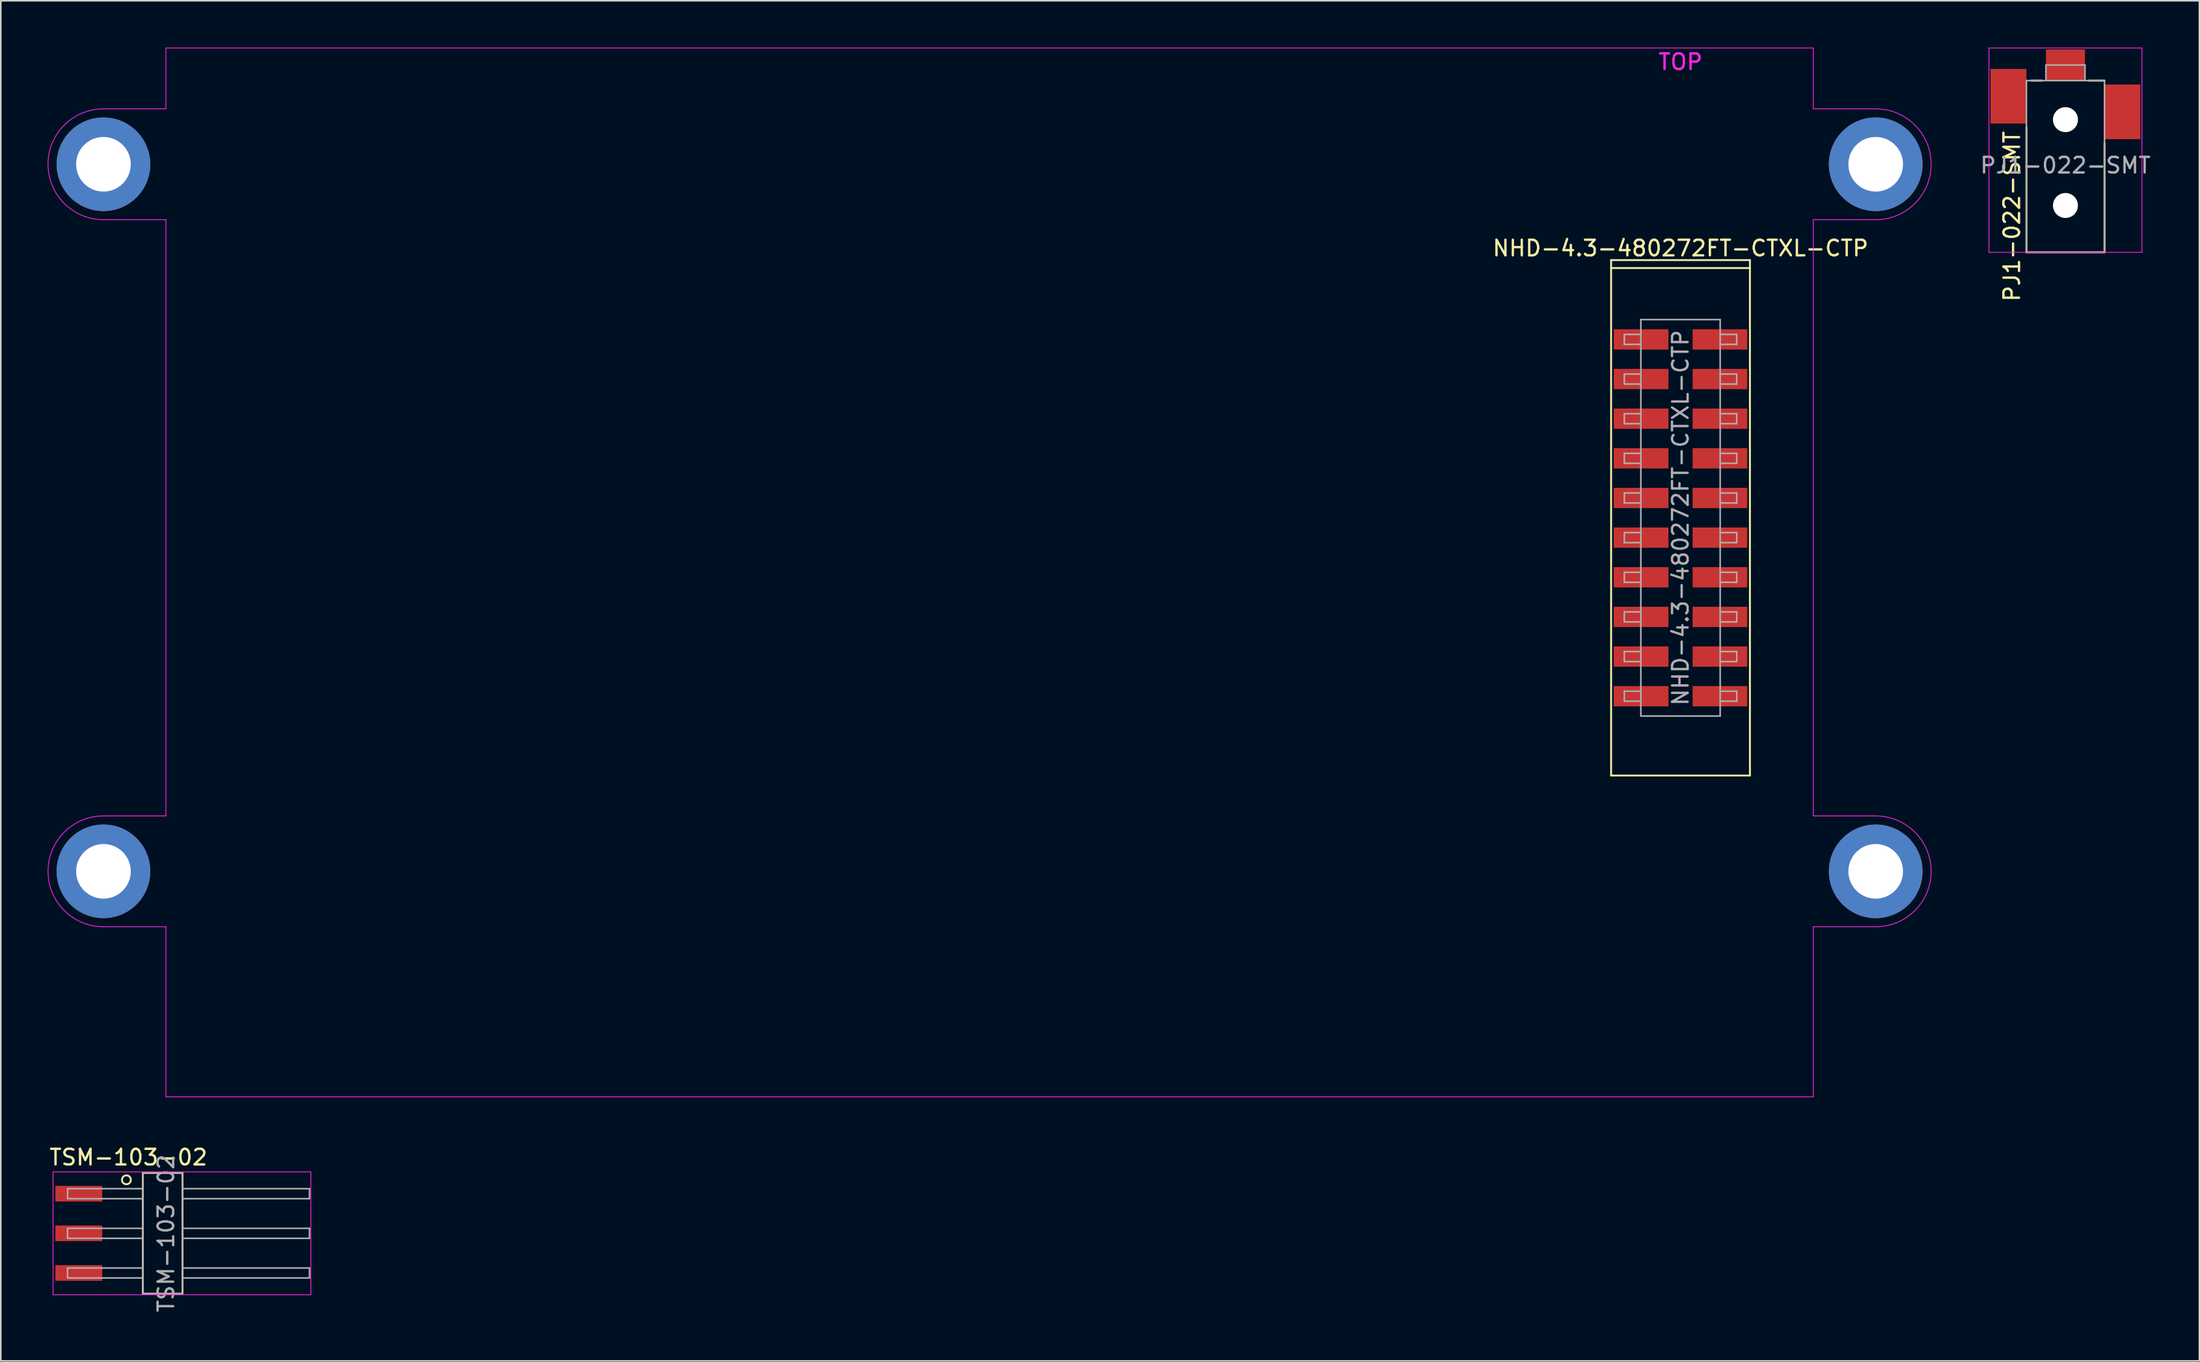
<source format=kicad_pcb>
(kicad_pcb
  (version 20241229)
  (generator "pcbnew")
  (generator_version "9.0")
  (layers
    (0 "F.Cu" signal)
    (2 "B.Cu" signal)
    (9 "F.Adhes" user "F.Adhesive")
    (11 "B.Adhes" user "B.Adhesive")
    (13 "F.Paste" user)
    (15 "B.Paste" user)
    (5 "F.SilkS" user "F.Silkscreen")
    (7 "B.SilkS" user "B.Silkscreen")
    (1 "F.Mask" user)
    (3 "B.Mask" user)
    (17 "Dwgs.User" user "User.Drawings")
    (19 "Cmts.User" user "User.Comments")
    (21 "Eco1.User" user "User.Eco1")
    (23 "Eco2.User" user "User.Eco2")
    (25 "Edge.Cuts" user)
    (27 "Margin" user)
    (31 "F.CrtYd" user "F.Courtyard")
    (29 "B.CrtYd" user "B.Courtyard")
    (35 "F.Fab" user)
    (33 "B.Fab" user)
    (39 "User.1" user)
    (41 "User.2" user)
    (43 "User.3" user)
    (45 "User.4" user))
  (footprint "NHD-4.3-480272FT-CTXL-CTP"
    (layer "F.Cu")
    (at 104.575 30.125)
    (property "Reference" "NHD-4.3-480272FT-CTXL-CTP" (at 0 -17.272 0) (layer "F.SilkS") (effects (font (size 1 1) (thickness 0.15))))
    (attr smd)
    (fp_line (start -4.445 -16.51) (end -4.445 16.51) (stroke (width 0.12) (type solid)) (layer "F.SilkS"))
    (fp_line (start -4.445 -16.51) (end 4.445 -16.51) (stroke (width 0.12) (type solid)) (layer "F.SilkS"))
    (fp_line (start -4.445 -16.002) (end 4.445 -16.002) (stroke (width 0.12) (type solid)) (layer "F.SilkS"))
    (fp_line (start -4.445 16.51) (end 4.445 16.51) (stroke (width 0.12) (type solid)) (layer "F.SilkS"))
    (fp_line (start 4.445 -16.51) (end 4.445 16.51) (stroke (width 0.12) (type solid)) (layer "F.SilkS"))
    (fp_line (start -101 -26.2) (end -97 -26.2) (stroke (width 0.05) (type solid)) (layer "F.CrtYd"))
    (fp_line (start -101 -19.1) (end -97 -19.1) (stroke (width 0.05) (type solid)) (layer "F.CrtYd"))
    (fp_line (start -101 19.1) (end -97 19.1) (stroke (width 0.05) (type solid)) (layer "F.CrtYd"))
    (fp_line (start -101 26.2) (end -97 26.2) (stroke (width 0.05) (type solid)) (layer "F.CrtYd"))
    (fp_line (start -97 -26.2) (end -97 -30.1) (stroke (width 0.05) (type solid)) (layer "F.CrtYd"))
    (fp_line (start -97 -19.1) (end -97 19.1) (stroke (width 0.05) (type solid)) (layer "F.CrtYd"))
    (fp_line (start -97 26.2) (end -97 37.1) (stroke (width 0.05) (type solid)) (layer "F.CrtYd"))
    (fp_line (start 8.5 -30.1) (end -97 -30.1) (stroke (width 0.05) (type solid)) (layer "F.CrtYd"))
    (fp_line (start 8.5 -26.2) (end 8.5 -30.1) (stroke (width 0.05) (type solid)) (layer "F.CrtYd"))
    (fp_line (start 8.5 19.1) (end 8.5 -19.1) (stroke (width 0.05) (type solid)) (layer "F.CrtYd"))
    (fp_line (start 8.5 26.2) (end 8.5 37.1) (stroke (width 0.05) (type solid)) (layer "F.CrtYd"))
    (fp_line (start 8.5 37.1) (end -97 37.1) (stroke (width 0.05) (type solid)) (layer "F.CrtYd"))
    (fp_line (start 12.5 -26.2) (end 8.5 -26.2) (stroke (width 0.05) (type solid)) (layer "F.CrtYd"))
    (fp_line (start 12.5 -19.1) (end 8.5 -19.1) (stroke (width 0.05) (type solid)) (layer "F.CrtYd"))
    (fp_line (start 12.5 19.1) (end 8.5 19.1) (stroke (width 0.05) (type solid)) (layer "F.CrtYd"))
    (fp_line (start 12.5 26.2) (end 8.5 26.2) (stroke (width 0.05) (type solid)) (layer "F.CrtYd"))
    (fp_arc (start -101 -19.1) (mid -104.55 -22.65) (end -101 -26.2) (stroke (width 0.05) (type solid)) (layer "F.CrtYd"))
    (fp_arc (start -101 26.2) (mid -104.55 22.65) (end -101 19.1) (stroke (width 0.05) (type solid)) (layer "F.CrtYd"))
    (fp_arc (start 12.5 -26.2) (mid 16.05 -22.65) (end 12.5 -19.1) (stroke (width 0.05) (type solid)) (layer "F.CrtYd"))
    (fp_arc (start 12.5 19.1) (mid 16.05 22.65) (end 12.5 26.2) (stroke (width 0.05) (type solid)) (layer "F.CrtYd"))
    (fp_line (start -3.6 -11.75) (end -3.6 -11.11) (stroke (width 0.1) (type solid)) (layer "F.Fab"))
    (fp_line (start -3.6 -11.11) (end -2.54 -11.11) (stroke (width 0.1) (type solid)) (layer "F.Fab"))
    (fp_line (start -3.6 -9.21) (end -3.6 -8.57) (stroke (width 0.1) (type solid)) (layer "F.Fab"))
    (fp_line (start -3.6 -8.57) (end -2.54 -8.57) (stroke (width 0.1) (type solid)) (layer "F.Fab"))
    (fp_line (start -3.6 -6.67) (end -3.6 -6.03) (stroke (width 0.1) (type solid)) (layer "F.Fab"))
    (fp_line (start -3.6 -6.03) (end -2.54 -6.03) (stroke (width 0.1) (type solid)) (layer "F.Fab"))
    (fp_line (start -3.6 -4.13) (end -3.6 -3.49) (stroke (width 0.1) (type solid)) (layer "F.Fab"))
    (fp_line (start -3.6 -3.49) (end -2.54 -3.49) (stroke (width 0.1) (type solid)) (layer "F.Fab"))
    (fp_line (start -3.6 -1.59) (end -3.6 -0.95) (stroke (width 0.1) (type solid)) (layer "F.Fab"))
    (fp_line (start -3.6 -0.95) (end -2.54 -0.95) (stroke (width 0.1) (type solid)) (layer "F.Fab"))
    (fp_line (start -3.6 0.95) (end -3.6 1.59) (stroke (width 0.1) (type solid)) (layer "F.Fab"))
    (fp_line (start -3.6 1.59) (end -2.54 1.59) (stroke (width 0.1) (type solid)) (layer "F.Fab"))
    (fp_line (start -3.6 3.49) (end -3.6 4.13) (stroke (width 0.1) (type solid)) (layer "F.Fab"))
    (fp_line (start -3.6 4.13) (end -2.54 4.13) (stroke (width 0.1) (type solid)) (layer "F.Fab"))
    (fp_line (start -3.6 6.03) (end -3.6 6.67) (stroke (width 0.1) (type solid)) (layer "F.Fab"))
    (fp_line (start -3.6 6.67) (end -2.54 6.67) (stroke (width 0.1) (type solid)) (layer "F.Fab"))
    (fp_line (start -3.6 8.57) (end -3.6 9.21) (stroke (width 0.1) (type solid)) (layer "F.Fab"))
    (fp_line (start -3.6 9.21) (end -2.54 9.21) (stroke (width 0.1) (type solid)) (layer "F.Fab"))
    (fp_line (start -3.6 11.11) (end -3.6 11.75) (stroke (width 0.1) (type solid)) (layer "F.Fab"))
    (fp_line (start -3.6 11.75) (end -2.54 11.75) (stroke (width 0.1) (type solid)) (layer "F.Fab"))
    (fp_line (start -2.54 -12.7) (end 2.54 -12.7) (stroke (width 0.1) (type solid)) (layer "F.Fab"))
    (fp_line (start -2.54 -11.75) (end -3.6 -11.75) (stroke (width 0.1) (type solid)) (layer "F.Fab"))
    (fp_line (start -2.54 -9.21) (end -3.6 -9.21) (stroke (width 0.1) (type solid)) (layer "F.Fab"))
    (fp_line (start -2.54 -6.67) (end -3.6 -6.67) (stroke (width 0.1) (type solid)) (layer "F.Fab"))
    (fp_line (start -2.54 -4.13) (end -3.6 -4.13) (stroke (width 0.1) (type solid)) (layer "F.Fab"))
    (fp_line (start -2.54 -1.59) (end -3.6 -1.59) (stroke (width 0.1) (type solid)) (layer "F.Fab"))
    (fp_line (start -2.54 0.95) (end -3.6 0.95) (stroke (width 0.1) (type solid)) (layer "F.Fab"))
    (fp_line (start -2.54 3.49) (end -3.6 3.49) (stroke (width 0.1) (type solid)) (layer "F.Fab"))
    (fp_line (start -2.54 6.03) (end -3.6 6.03) (stroke (width 0.1) (type solid)) (layer "F.Fab"))
    (fp_line (start -2.54 8.57) (end -3.6 8.57) (stroke (width 0.1) (type solid)) (layer "F.Fab"))
    (fp_line (start -2.54 11.11) (end -3.6 11.11) (stroke (width 0.1) (type solid)) (layer "F.Fab"))
    (fp_line (start -2.54 12.7) (end -2.54 -12.7) (stroke (width 0.1) (type solid)) (layer "F.Fab"))
    (fp_line (start 2.54 -12.7) (end 2.54 12.7) (stroke (width 0.1) (type solid)) (layer "F.Fab"))
    (fp_line (start 2.54 -11.75) (end 3.6 -11.75) (stroke (width 0.1) (type solid)) (layer "F.Fab"))
    (fp_line (start 2.54 -9.21) (end 3.6 -9.21) (stroke (width 0.1) (type solid)) (layer "F.Fab"))
    (fp_line (start 2.54 -6.67) (end 3.6 -6.67) (stroke (width 0.1) (type solid)) (layer "F.Fab"))
    (fp_line (start 2.54 -4.13) (end 3.6 -4.13) (stroke (width 0.1) (type solid)) (layer "F.Fab"))
    (fp_line (start 2.54 -1.59) (end 3.6 -1.59) (stroke (width 0.1) (type solid)) (layer "F.Fab"))
    (fp_line (start 2.54 0.95) (end 3.6 0.95) (stroke (width 0.1) (type solid)) (layer "F.Fab"))
    (fp_line (start 2.54 3.49) (end 3.6 3.49) (stroke (width 0.1) (type solid)) (layer "F.Fab"))
    (fp_line (start 2.54 6.03) (end 3.6 6.03) (stroke (width 0.1) (type solid)) (layer "F.Fab"))
    (fp_line (start 2.54 8.57) (end 3.6 8.57) (stroke (width 0.1) (type solid)) (layer "F.Fab"))
    (fp_line (start 2.54 11.11) (end 3.6 11.11) (stroke (width 0.1) (type solid)) (layer "F.Fab"))
    (fp_line (start 2.54 12.7) (end -2.54 12.7) (stroke (width 0.1) (type solid)) (layer "F.Fab"))
    (fp_line (start 3.6 -11.75) (end 3.6 -11.11) (stroke (width 0.1) (type solid)) (layer "F.Fab"))
    (fp_line (start 3.6 -11.11) (end 2.54 -11.11) (stroke (width 0.1) (type solid)) (layer "F.Fab"))
    (fp_line (start 3.6 -9.21) (end 3.6 -8.57) (stroke (width 0.1) (type solid)) (layer "F.Fab"))
    (fp_line (start 3.6 -8.57) (end 2.54 -8.57) (stroke (width 0.1) (type solid)) (layer "F.Fab"))
    (fp_line (start 3.6 -6.67) (end 3.6 -6.03) (stroke (width 0.1) (type solid)) (layer "F.Fab"))
    (fp_line (start 3.6 -6.03) (end 2.54 -6.03) (stroke (width 0.1) (type solid)) (layer "F.Fab"))
    (fp_line (start 3.6 -4.13) (end 3.6 -3.49) (stroke (width 0.1) (type solid)) (layer "F.Fab"))
    (fp_line (start 3.6 -3.49) (end 2.54 -3.49) (stroke (width 0.1) (type solid)) (layer "F.Fab"))
    (fp_line (start 3.6 -1.59) (end 3.6 -0.95) (stroke (width 0.1) (type solid)) (layer "F.Fab"))
    (fp_line (start 3.6 -0.95) (end 2.54 -0.95) (stroke (width 0.1) (type solid)) (layer "F.Fab"))
    (fp_line (start 3.6 0.95) (end 3.6 1.59) (stroke (width 0.1) (type solid)) (layer "F.Fab"))
    (fp_line (start 3.6 1.59) (end 2.54 1.59) (stroke (width 0.1) (type solid)) (layer "F.Fab"))
    (fp_line (start 3.6 3.49) (end 3.6 4.13) (stroke (width 0.1) (type solid)) (layer "F.Fab"))
    (fp_line (start 3.6 4.13) (end 2.54 4.13) (stroke (width 0.1) (type solid)) (layer "F.Fab"))
    (fp_line (start 3.6 6.03) (end 3.6 6.67) (stroke (width 0.1) (type solid)) (layer "F.Fab"))
    (fp_line (start 3.6 6.67) (end 2.54 6.67) (stroke (width 0.1) (type solid)) (layer "F.Fab"))
    (fp_line (start 3.6 8.57) (end 3.6 9.21) (stroke (width 0.1) (type solid)) (layer "F.Fab"))
    (fp_line (start 3.6 9.21) (end 2.54 9.21) (stroke (width 0.1) (type solid)) (layer "F.Fab"))
    (fp_line (start 3.6 11.11) (end 3.6 11.75) (stroke (width 0.1) (type solid)) (layer "F.Fab"))
    (fp_line (start 3.6 11.75) (end 2.54 11.75) (stroke (width 0.1) (type solid)) (layer "F.Fab"))
    (fp_text user "TOP" (at 0 -29.21 0) (layer "F.CrtYd") (effects (font (size 1 1) (thickness 0.15))))
    (fp_text user "${REFERENCE}" (at 0 0 90) (layer "F.Fab") (effects (font (size 1 1) (thickness 0.15))))
    (pad "" np_thru_hole circle (at -101 -22.65) (size 6 6) (drill 3.5) (layers "*.Cu" "*.Mask"))
    (pad "" np_thru_hole circle (at -101 22.65) (size 6 6) (drill 3.5) (layers "*.Cu" "*.Mask"))
    (pad "" np_thru_hole circle (at 12.5 -22.65) (size 6 6) (drill 3.5) (layers "*.Cu" "*.Mask"))
    (pad "" np_thru_hole circle (at 12.5 22.65) (size 6 6) (drill 3.5) (layers "*.Cu" "*.Mask"))
    (pad "1" smd rect (at 2.525 -11.43) (size 3.5 1.3) (layers "F.Cu" "F.Mask" "F.Paste"))
    (pad "2" smd rect (at -2.525 -11.43) (size 3.5 1.3) (layers "F.Cu" "F.Mask" "F.Paste"))
    (pad "3" smd rect (at 2.525 -8.89) (size 3.5 1.3) (layers "F.Cu" "F.Mask" "F.Paste"))
    (pad "4" smd rect (at -2.525 -8.89) (size 3.5 1.3) (layers "F.Cu" "F.Mask" "F.Paste"))
    (pad "5" smd rect (at 2.525 -6.35) (size 3.5 1.3) (layers "F.Cu" "F.Mask" "F.Paste"))
    (pad "6" smd rect (at -2.525 -6.35) (size 3.5 1.3) (layers "F.Cu" "F.Mask" "F.Paste"))
    (pad "7" smd rect (at 2.525 -3.81) (size 3.5 1.3) (layers "F.Cu" "F.Mask" "F.Paste"))
    (pad "8" smd rect (at -2.525 -3.81) (size 3.5 1.3) (layers "F.Cu" "F.Mask" "F.Paste"))
    (pad "9" smd rect (at 2.525 -1.27) (size 3.5 1.3) (layers "F.Cu" "F.Mask" "F.Paste"))
    (pad "10" smd rect (at -2.525 -1.27) (size 3.5 1.3) (layers "F.Cu" "F.Mask" "F.Paste"))
    (pad "11" smd rect (at 2.525 1.27) (size 3.5 1.3) (layers "F.Cu" "F.Mask" "F.Paste"))
    (pad "12" smd rect (at -2.525 1.27) (size 3.5 1.3) (layers "F.Cu" "F.Mask" "F.Paste"))
    (pad "13" smd rect (at 2.525 3.81) (size 3.5 1.3) (layers "F.Cu" "F.Mask" "F.Paste"))
    (pad "14" smd rect (at -2.525 3.81) (size 3.5 1.3) (layers "F.Cu" "F.Mask" "F.Paste"))
    (pad "15" smd rect (at 2.525 6.35) (size 3.5 1.3) (layers "F.Cu" "F.Mask" "F.Paste"))
    (pad "16" smd rect (at -2.525 6.35) (size 3.5 1.3) (layers "F.Cu" "F.Mask" "F.Paste"))
    (pad "17" smd rect (at 2.525 8.89) (size 3.5 1.3) (layers "F.Cu" "F.Mask" "F.Paste"))
    (pad "18" smd rect (at -2.525 8.89) (size 3.5 1.3) (layers "F.Cu" "F.Mask" "F.Paste"))
    (pad "19" smd rect (at 2.525 11.43) (size 3.5 1.3) (layers "F.Cu" "F.Mask" "F.Paste"))
    (pad "20" smd rect (at -2.525 11.43) (size 3.5 1.3) (layers "F.Cu" "F.Mask" "F.Paste")))
  (footprint "TSM-103-02"
    (layer "F.Cu")
    (at 1.998 75.968)
    (property "Reference" "TSM-103-02" (at 3.175 -4.87 0) (layer "F.SilkS") (effects (font (size 1 1) (thickness 0.15))))
    (attr smd)
    (fp_line (start 4.1 -3.87) (end 4.1 3.87) (stroke (width 0.12) (type solid)) (layer "F.SilkS"))
    (fp_line (start 4.1 -3.87) (end 6.64 -3.87) (stroke (width 0.12) (type solid)) (layer "F.SilkS"))
    (fp_line (start 4.1 3.87) (end 6.64 3.87) (stroke (width 0.12) (type solid)) (layer "F.SilkS"))
    (fp_line (start 6.64 3.87) (end 6.64 -3.87) (stroke (width 0.12) (type solid)) (layer "F.SilkS"))
    (fp_circle (center 3.048 -3.429) (end 3.302 -3.302) (stroke (width 0.12) (type solid)) (fill no) (layer "F.SilkS"))
    (fp_line (start -1.651 -3.937) (end 14.859 -3.937) (stroke (width 0.05) (type solid)) (layer "F.CrtYd"))
    (fp_line (start -1.651 3.937) (end -1.651 -3.937) (stroke (width 0.05) (type solid)) (layer "F.CrtYd"))
    (fp_line (start -1.651 3.937) (end 14.859 3.937) (stroke (width 0.05) (type solid)) (layer "F.CrtYd"))
    (fp_line (start 14.859 -3.937) (end 14.859 3.937) (stroke (width 0.05) (type solid)) (layer "F.CrtYd"))
    (fp_line (start -0.72 -2.86) (end 4.1 -2.86) (stroke (width 0.1) (type solid)) (layer "F.Fab"))
    (fp_line (start -0.72 -2.22) (end -0.72 -2.86) (stroke (width 0.1) (type solid)) (layer "F.Fab"))
    (fp_line (start -0.72 -2.22) (end 4.1 -2.22) (stroke (width 0.1) (type solid)) (layer "F.Fab"))
    (fp_line (start -0.72 -0.32) (end 4.1 -0.32) (stroke (width 0.1) (type solid)) (layer "F.Fab"))
    (fp_line (start -0.72 0.32) (end -0.72 -0.32) (stroke (width 0.1) (type solid)) (layer "F.Fab"))
    (fp_line (start -0.72 0.32) (end 4.1 0.32) (stroke (width 0.1) (type solid)) (layer "F.Fab"))
    (fp_line (start -0.72 2.22) (end 4.1 2.22) (stroke (width 0.1) (type solid)) (layer "F.Fab"))
    (fp_line (start -0.72 2.86) (end -0.72 2.22) (stroke (width 0.1) (type solid)) (layer "F.Fab"))
    (fp_line (start -0.72 2.86) (end 4.1 2.86) (stroke (width 0.1) (type solid)) (layer "F.Fab"))
    (fp_line (start 4.1 -3.87) (end 6.64 -3.87) (stroke (width 0.1) (type solid)) (layer "F.Fab"))
    (fp_line (start 4.1 3.87) (end 4.1 -3.87) (stroke (width 0.1) (type solid)) (layer "F.Fab"))
    (fp_line (start 4.1 3.87) (end 6.64 3.87) (stroke (width 0.1) (type solid)) (layer "F.Fab"))
    (fp_line (start 6.64 -3.87) (end 6.64 3.87) (stroke (width 0.1) (type solid)) (layer "F.Fab"))
    (fp_line (start 6.64 -2.86) (end 14.77 -2.86) (stroke (width 0.1) (type solid)) (layer "F.Fab"))
    (fp_line (start 6.64 -2.22) (end 14.77 -2.22) (stroke (width 0.1) (type solid)) (layer "F.Fab"))
    (fp_line (start 6.64 -0.32) (end 14.77 -0.32) (stroke (width 0.1) (type solid)) (layer "F.Fab"))
    (fp_line (start 6.64 0.32) (end 14.77 0.32) (stroke (width 0.1) (type solid)) (layer "F.Fab"))
    (fp_line (start 6.64 2.22) (end 14.77 2.22) (stroke (width 0.1) (type solid)) (layer "F.Fab"))
    (fp_line (start 6.64 2.86) (end 14.77 2.86) (stroke (width 0.1) (type solid)) (layer "F.Fab"))
    (fp_line (start 14.77 -2.22) (end 14.77 -2.86) (stroke (width 0.1) (type solid)) (layer "F.Fab"))
    (fp_line (start 14.77 0.32) (end 14.77 -0.32) (stroke (width 0.1) (type solid)) (layer "F.Fab"))
    (fp_line (start 14.77 2.86) (end 14.77 2.22) (stroke (width 0.1) (type solid)) (layer "F.Fab"))
    (fp_text user "${REFERENCE}" (at 5.588 0 90) (layer "F.Fab") (effects (font (size 1 1) (thickness 0.15))))
    (pad "1" smd rect (at 0 -2.54) (size 3 1) (layers "F.Cu" "F.Mask" "F.Paste"))
    (pad "2" smd rect (at 0 0) (size 3 1) (layers "F.Cu" "F.Mask" "F.Paste"))
    (pad "3" smd rect (at 0 2.54) (size 3 1) (layers "F.Cu" "F.Mask" "F.Paste")))
  (footprint "PJ1-022-SMT"
    (layer "F.Cu")
    (at 129.227 4.115)
    (property "Reference" "PJ1-022-SMT" (at -3.429 1.143 90) (layer "F.SilkS") (effects (font (size 1 1) (thickness 0.15)) (justify right)))
    (attr smd)
    (fp_line (start -2.5 9) (end -2.5 1) (stroke (width 0.12) (type solid)) (layer "F.SilkS"))
    (fp_line (start -1.5 -2) (end -2.2 -2) (stroke (width 0.12) (type solid)) (layer "F.SilkS"))
    (fp_line (start 1.5 -2) (end 2.5 -2) (stroke (width 0.12) (type solid)) (layer "F.SilkS"))
    (fp_line (start 2.5 2) (end 2.5 9) (stroke (width 0.12) (type solid)) (layer "F.SilkS"))
    (fp_line (start 2.5 9) (end -2.5 9) (stroke (width 0.12) (type solid)) (layer "F.SilkS"))
    (fp_line (start -4.9 -4.09) (end -4.9 9) (stroke (width 0.05) (type solid)) (layer "F.CrtYd"))
    (fp_line (start -4.9 9) (end 4.9 9) (stroke (width 0.05) (type solid)) (layer "F.CrtYd"))
    (fp_line (start 4.9 -4.09) (end -4.9 -4.09) (stroke (width 0.05) (type solid)) (layer "F.CrtYd"))
    (fp_line (start 4.9 9) (end 4.9 -4.09) (stroke (width 0.05) (type solid)) (layer "F.CrtYd"))
    (fp_line (start -2.5 -2) (end -2.5 9) (stroke (width 0.1) (type solid)) (layer "F.Fab"))
    (fp_line (start -2.5 9) (end 2.5 9) (stroke (width 0.1) (type solid)) (layer "F.Fab"))
    (fp_line (start -1.25 -3) (end 1.25 -3) (stroke (width 0.1) (type solid)) (layer "F.Fab"))
    (fp_line (start -1.25 -2) (end -1.25 -3) (stroke (width 0.1) (type solid)) (layer "F.Fab"))
    (fp_line (start 1.25 -2) (end 1.25 -3) (stroke (width 0.1) (type solid)) (layer "F.Fab"))
    (fp_line (start 2.5 -2) (end -2.5 -2) (stroke (width 0.1) (type solid)) (layer "F.Fab"))
    (fp_line (start 2.5 -2) (end 2.5 9) (stroke (width 0.1) (type solid)) (layer "F.Fab"))
    (fp_text user "${REFERENCE}" (at 0 3.429 0) (layer "F.Fab") (effects (font (size 1 1) (thickness 0.15))))
    (pad "" np_thru_hole circle (at 0 0.5) (size 1.6 1.6) (drill 1.6) (layers "*.Cu" "*.Mask"))
    (pad "" np_thru_hole circle (at 0 6) (size 1.6 1.6) (drill 1.6) (layers "*.Cu" "*.Mask"))
    (pad "1" smd rect (at 0 -3) (size 2.5 2) (layers "F.Cu" "F.Mask" "F.Paste"))
    (pad "2" smd rect (at 3.65 0) (size 2.3 3.5) (layers "F.Cu" "F.Mask" "F.Paste"))
    (pad "3" smd rect (at -3.65 -1) (size 2.3 3.5) (layers "F.Cu" "F.Mask" "F.Paste")))
  (gr_rect
    (start -3 -3)
    (end 137.805 84.141)
    (stroke (width 0.1) (type default))
    (fill no)
    (layer "Edge.Cuts")))
</source>
